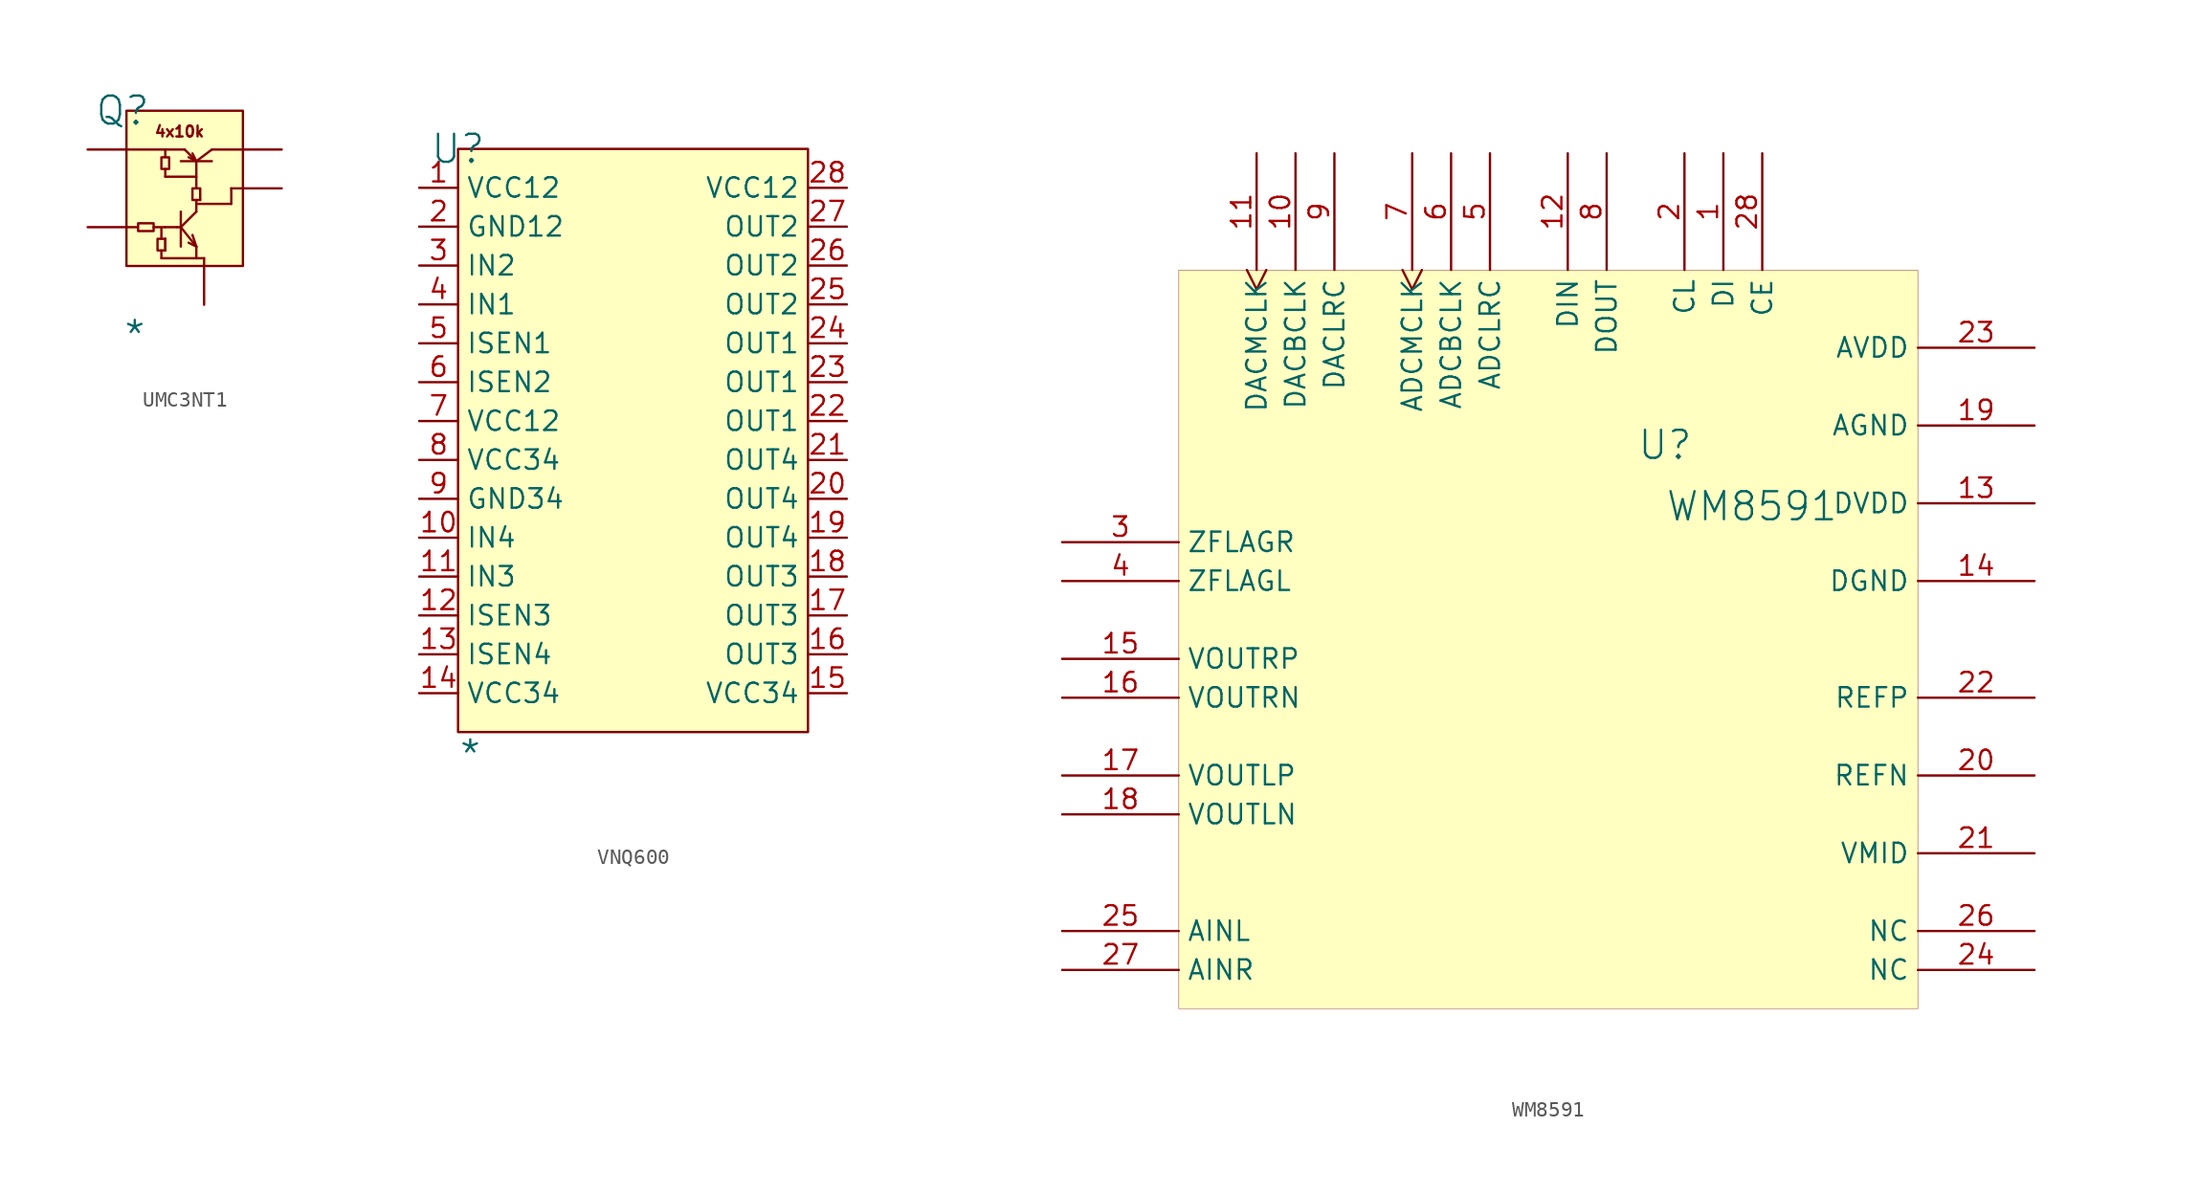
<source format=kicad_sym>
(kicad_symbol_lib
  (version 20241209)
  (generator "kicad_symbol_editor")
  (generator_version "9.0")
  (symbol "UMC3NT1"
    (pin_numbers
      (hide yes))
    (pin_names
      (hide yes))
    (property "Reference" "Q"
      (at -0.254 0 0)
      (effects (font (size 1.829 1.829))))
    (property "Value" "*"
      (at -0.254 -15.748 0)
      (effects (font (size 1.829 1.829)) (justify left bottom)))
    (symbol "UMC3NT1_1_0"
      (polyline (pts (xy 0 -2.54) (xy 0 -2.54) (xy 0 -2.54) (xy 2.54 -2.54) (xy 2.54 -3.048) (xy 2.286 -3.048) (xy 2.286 -3.81) (xy 2.794 -3.81) (xy 2.794 -3.048) (xy 2.54 -3.048)) (stroke (width 0) (type solid)) (fill (type none)))
      (polyline (pts (xy 0 -7.62) (xy 0.254 -7.62) (xy 0.254 -7.62) (xy 0.762 -7.62) (xy 0.762 -7.366) (xy 1.778 -7.366) (xy 1.778 -7.874) (xy 0.762 -7.874) (xy 0.762 -7.62)) (stroke (width 0) (type solid)) (fill (type none)))
      (polyline (pts (xy 1.778 -7.62) (xy 1.778 -7.62) (xy 1.778 -7.62) (xy 2.54 -7.62) (xy 2.286 -7.62) (xy 2.286 -8.382) (xy 2.032 -8.382) (xy 2.032 -9.144) (xy 2.54 -9.144) (xy 2.54 -8.382)) (stroke (width 0) (type solid)) (fill (type none)))
      (polyline (pts (xy 2.286 -8.382) (xy 2.54 -8.382)) (stroke (width 0) (type solid)) (fill (type none)))
      (polyline (pts (xy 2.286 -9.144) (xy 2.286 -9.652)) (stroke (width 0) (type solid)) (fill (type none)))
      (polyline (pts (xy 2.286 -9.652) (xy 4.572 -9.652)) (stroke (width 0) (type solid)) (fill (type none)))
      (polyline (pts (xy 2.54 -2.54) (xy 3.81 -2.54)) (stroke (width 0) (type solid)) (fill (type none)))
      (polyline (pts (xy 2.54 -3.81) (xy 2.54 -4.318)) (stroke (width 0) (type solid)) (fill (type none)))
      (polyline (pts (xy 2.54 -7.62) (xy 3.302 -7.62)) (stroke (width 0) (type solid)) (fill (type none)))
      (polyline (pts (xy 2.54 -8.382) (xy 2.54 -9.144)) (stroke (width 0) (type solid)) (fill (type none)))
      (polyline (pts (xy 3.556 -3.302) (xy 5.588 -3.302)) (stroke (width 0) (type solid)) (fill (type none)))
      (polyline (pts (xy 3.556 -6.604) (xy 3.556 -8.89)) (stroke (width 0) (type solid)) (fill (type none)))
      (polyline (pts (xy 3.556 -7.62) (xy 3.302 -7.62)) (stroke (width 0) (type solid)) (fill (type none)))
      (polyline (pts (xy 3.556 -7.62) (xy 4.572 -8.89)) (stroke (width 0) (type solid)) (fill (type none)))
      (polyline (pts (xy 3.81 -2.54) (xy 4.572 -3.302)) (stroke (width 0) (type solid)) (fill (type none)))
      (polyline (pts (xy 4.572 -3.302) (xy 4.064 -3.048)) (stroke (width 0) (type solid)) (fill (type none)))
      (polyline (pts (xy 4.572 -3.302) (xy 4.318 -2.794)) (stroke (width 0) (type solid)) (fill (type none)))
      (polyline (pts (xy 4.572 -3.302) (xy 5.588 -2.54)) (stroke (width 0) (type solid)) (fill (type none)))
      (polyline (pts (xy 4.572 -4.318) (xy 2.54 -4.318)) (stroke (width 0) (type solid)) (fill (type none)))
      (polyline (pts (xy 4.572 -5.08) (xy 4.572 -3.302)) (stroke (width 0) (type solid)) (fill (type none)))
      (polyline (pts (xy 4.572 -5.842) (xy 4.826 -5.842)) (stroke (width 0) (type solid)) (fill (type none)))
      (polyline (pts (xy 4.572 -6.096) (xy 6.858 -6.096)) (stroke (width 0) (type solid)) (fill (type none)))
      (polyline (pts (xy 4.572 -6.604) (xy 3.556 -7.62)) (stroke (width 0) (type solid)) (fill (type none)))
      (polyline (pts (xy 4.572 -6.604) (xy 4.572 -6.604) (xy 4.572 -6.35) (xy 4.572 -5.842) (xy 4.318 -5.842) (xy 4.318 -5.08) (xy 4.826 -5.08) (xy 4.826 -5.08) (xy 4.826 -5.842)) (stroke (width 0) (type solid)) (fill (type none)))
      (polyline (pts (xy 4.572 -8.89) (xy 4.064 -8.636)) (stroke (width 0) (type solid)) (fill (type none)))
      (polyline (pts (xy 4.572 -8.89) (xy 4.318 -8.128)) (stroke (width 0) (type solid)) (fill (type none)))
      (polyline (pts (xy 4.572 -8.89) (xy 4.572 -9.652)) (stroke (width 0) (type solid)) (fill (type none)))
      (polyline (pts (xy 4.572 -9.652) (xy 5.08 -9.652)) (stroke (width 0) (type solid)) (fill (type none)))
      (polyline (pts (xy 5.08 -10.16) (xy 5.08 -9.652)) (stroke (width 0) (type solid)) (fill (type none)))
      (polyline (pts (xy 5.588 -2.54) (xy 7.62 -2.54)) (stroke (width 0) (type solid)) (fill (type none)))
      (polyline (pts (xy 6.858 -5.08) (xy 7.62 -5.08)) (stroke (width 0) (type solid)) (fill (type none)))
      (polyline (pts (xy 6.858 -6.096) (xy 6.858 -5.08)) (stroke (width 0) (type solid)) (fill (type none)))
      (rectangle (start 7.62 0) (end 0 -10.16) (stroke (width 0) (type solid) (color 128 0 0 1)) (fill (type background)))
      (text "4x10k" (at 1.778 -1.778 0) (effects (font (size 0.711 0.711)) (justify left bottom)))
      (pin passive line (at -2.54 -2.54 0) (length 2.54) (name "3" (effects (font (size 1.27 1.27)))) (number "3" (effects (font (size 1.27 1.27)))))
      (pin passive line (at -2.54 -7.62 0) (length 2.54) (name "2" (effects (font (size 1.27 1.27)))) (number "2" (effects (font (size 1.27 1.27)))))
      (pin passive line (at 5.08 -12.7 90) (length 2.54) (name "1" (effects (font (size 1.27 1.27)))) (number "1" (effects (font (size 1.27 1.27)))))
      (pin passive line (at 10.16 -2.54 180) (length 2.54) (name "4" (effects (font (size 1.27 1.27)))) (number "4" (effects (font (size 1.27 1.27)))))
      (pin passive line (at 10.16 -5.08 180) (length 2.54) (name "5" (effects (font (size 1.27 1.27)))) (number "5" (effects (font (size 1.27 1.27)))))))
  (symbol "VNQ600"
    (property "Reference" "U"
      (at 0 0 0)
      (effects (font (size 1.829 1.829))))
    (property "Value" "*"
      (at 0 -40.64 0)
      (effects (font (size 1.829 1.829)) (justify left bottom)))
    (symbol "VNQ600_1_0"
      (rectangle (start 22.86 0) (end 0 -38.1) (stroke (width 0) (type solid) (color 128 0 0 1)) (fill (type background)))
      (pin passive line (at -2.54 -2.54 0) (length 2.54) (name "VCC12" (effects (font (size 1.27 1.27)))) (number "1" (effects (font (size 1.27 1.27)))))
      (pin passive line (at -2.54 -5.08 0) (length 2.54) (name "GND12" (effects (font (size 1.27 1.27)))) (number "2" (effects (font (size 1.27 1.27)))))
      (pin passive line (at -2.54 -7.62 0) (length 2.54) (name "IN2" (effects (font (size 1.27 1.27)))) (number "3" (effects (font (size 1.27 1.27)))))
      (pin passive line (at -2.54 -10.16 0) (length 2.54) (name "IN1" (effects (font (size 1.27 1.27)))) (number "4" (effects (font (size 1.27 1.27)))))
      (pin passive line (at -2.54 -12.7 0) (length 2.54) (name "ISEN1" (effects (font (size 1.27 1.27)))) (number "5" (effects (font (size 1.27 1.27)))))
      (pin passive line (at -2.54 -15.24 0) (length 2.54) (name "ISEN2" (effects (font (size 1.27 1.27)))) (number "6" (effects (font (size 1.27 1.27)))))
      (pin passive line (at -2.54 -17.78 0) (length 2.54) (name "VCC12" (effects (font (size 1.27 1.27)))) (number "7" (effects (font (size 1.27 1.27)))))
      (pin passive line (at -2.54 -20.32 0) (length 2.54) (name "VCC34" (effects (font (size 1.27 1.27)))) (number "8" (effects (font (size 1.27 1.27)))))
      (pin passive line (at -2.54 -22.86 0) (length 2.54) (name "GND34" (effects (font (size 1.27 1.27)))) (number "9" (effects (font (size 1.27 1.27)))))
      (pin passive line (at -2.54 -25.4 0) (length 2.54) (name "IN4" (effects (font (size 1.27 1.27)))) (number "10" (effects (font (size 1.27 1.27)))))
      (pin passive line (at -2.54 -27.94 0) (length 2.54) (name "IN3" (effects (font (size 1.27 1.27)))) (number "11" (effects (font (size 1.27 1.27)))))
      (pin passive line (at -2.54 -30.48 0) (length 2.54) (name "ISEN3" (effects (font (size 1.27 1.27)))) (number "12" (effects (font (size 1.27 1.27)))))
      (pin passive line (at -2.54 -33.02 0) (length 2.54) (name "ISEN4" (effects (font (size 1.27 1.27)))) (number "13" (effects (font (size 1.27 1.27)))))
      (pin passive line (at -2.54 -35.56 0) (length 2.54) (name "VCC34" (effects (font (size 1.27 1.27)))) (number "14" (effects (font (size 1.27 1.27)))))
      (pin passive line (at 25.4 -2.54 180) (length 2.54) (name "VCC12" (effects (font (size 1.27 1.27)))) (number "28" (effects (font (size 1.27 1.27)))))
      (pin passive line (at 25.4 -5.08 180) (length 2.54) (name "OUT2" (effects (font (size 1.27 1.27)))) (number "27" (effects (font (size 1.27 1.27)))))
      (pin passive line (at 25.4 -7.62 180) (length 2.54) (name "OUT2" (effects (font (size 1.27 1.27)))) (number "26" (effects (font (size 1.27 1.27)))))
      (pin passive line (at 25.4 -10.16 180) (length 2.54) (name "OUT2" (effects (font (size 1.27 1.27)))) (number "25" (effects (font (size 1.27 1.27)))))
      (pin passive line (at 25.4 -12.7 180) (length 2.54) (name "OUT1" (effects (font (size 1.27 1.27)))) (number "24" (effects (font (size 1.27 1.27)))))
      (pin passive line (at 25.4 -15.24 180) (length 2.54) (name "OUT1" (effects (font (size 1.27 1.27)))) (number "23" (effects (font (size 1.27 1.27)))))
      (pin passive line (at 25.4 -17.78 180) (length 2.54) (name "OUT1" (effects (font (size 1.27 1.27)))) (number "22" (effects (font (size 1.27 1.27)))))
      (pin passive line (at 25.4 -20.32 180) (length 2.54) (name "OUT4" (effects (font (size 1.27 1.27)))) (number "21" (effects (font (size 1.27 1.27)))))
      (pin passive line (at 25.4 -22.86 180) (length 2.54) (name "OUT4" (effects (font (size 1.27 1.27)))) (number "20" (effects (font (size 1.27 1.27)))))
      (pin passive line (at 25.4 -25.4 180) (length 2.54) (name "OUT4" (effects (font (size 1.27 1.27)))) (number "19" (effects (font (size 1.27 1.27)))))
      (pin passive line (at 25.4 -27.94 180) (length 2.54) (name "OUT3" (effects (font (size 1.27 1.27)))) (number "18" (effects (font (size 1.27 1.27)))))
      (pin passive line (at 25.4 -30.48 180) (length 2.54) (name "OUT3" (effects (font (size 1.27 1.27)))) (number "17" (effects (font (size 1.27 1.27)))))
      (pin passive line (at 25.4 -33.02 180) (length 2.54) (name "OUT3" (effects (font (size 1.27 1.27)))) (number "16" (effects (font (size 1.27 1.27)))))
      (pin passive line (at 25.4 -35.56 180) (length 2.54) (name "VCC34" (effects (font (size 1.27 1.27)))) (number "15" (effects (font (size 1.27 1.27)))))))
  (symbol "WM8591"
    (property "Reference" "U"
      (at -1.27 1.27 0)
      (effects (font (size 1.829 1.829))))
    (property "Value" "WM8591"
      (at -1.27 -3.81 0)
      (effects (font (size 1.829 1.829)) (justify left bottom)))
    (symbol "WM8591_1_0"
      (rectangle (start 15.24 12.7) (end -33.02 -35.56) (stroke (width 0.025) (type solid) (color 128 0 0 1)) (fill (type background)))
      (pin output line (at -40.64 -5.08 0) (length 7.62) (name "ZFLAGR" (effects (font (size 1.27 1.27)))) (number "3" (effects (font (size 1.27 1.27)))))
      (pin output line (at -40.64 -7.62 0) (length 7.62) (name "ZFLAGL" (effects (font (size 1.27 1.27)))) (number "4" (effects (font (size 1.27 1.27)))))
      (pin output line (at -40.64 -12.7 0) (length 7.62) (name "VOUTRP" (effects (font (size 1.27 1.27)))) (number "15" (effects (font (size 1.27 1.27)))))
      (pin output line (at -40.64 -15.24 0) (length 7.62) (name "VOUTRN" (effects (font (size 1.27 1.27)))) (number "16" (effects (font (size 1.27 1.27)))))
      (pin output line (at -40.64 -20.32 0) (length 7.62) (name "VOUTLP" (effects (font (size 1.27 1.27)))) (number "17" (effects (font (size 1.27 1.27)))))
      (pin output line (at -40.64 -22.86 0) (length 7.62) (name "VOUTLN" (effects (font (size 1.27 1.27)))) (number "18" (effects (font (size 1.27 1.27)))))
      (pin input line (at -40.64 -30.48 0) (length 7.62) (name "AINL" (effects (font (size 1.27 1.27)))) (number "25" (effects (font (size 1.27 1.27)))))
      (pin input line (at -40.64 -33.02 0) (length 7.62) (name "AINR" (effects (font (size 1.27 1.27)))) (number "27" (effects (font (size 1.27 1.27)))))
      (pin input clock (at -27.94 20.32 270) (length 7.62) (name "DACMCLK" (effects (font (size 1.27 1.27)))) (number "11" (effects (font (size 1.27 1.27)))))
      (pin bidirectional line (at -25.4 20.32 270) (length 7.62) (name "DACBCLK" (effects (font (size 1.27 1.27)))) (number "10" (effects (font (size 1.27 1.27)))))
      (pin bidirectional line (at -22.86 20.32 270) (length 7.62) (name "DACLRC" (effects (font (size 1.27 1.27)))) (number "9" (effects (font (size 1.27 1.27)))))
      (pin input clock (at -17.78 20.32 270) (length 7.62) (name "ADCMCLK" (effects (font (size 1.27 1.27)))) (number "7" (effects (font (size 1.27 1.27)))))
      (pin bidirectional line (at -15.24 20.32 270) (length 7.62) (name "ADCBCLK" (effects (font (size 1.27 1.27)))) (number "6" (effects (font (size 1.27 1.27)))))
      (pin bidirectional line (at -12.7 20.32 270) (length 7.62) (name "ADCLRC" (effects (font (size 1.27 1.27)))) (number "5" (effects (font (size 1.27 1.27)))))
      (pin input line (at -7.62 20.32 270) (length 7.62) (name "DIN" (effects (font (size 1.27 1.27)))) (number "12" (effects (font (size 1.27 1.27)))))
      (pin output line (at -5.08 20.32 270) (length 7.62) (name "DOUT" (effects (font (size 1.27 1.27)))) (number "8" (effects (font (size 1.27 1.27)))))
      (pin input line (at 0 20.32 270) (length 7.62) (name "CL" (effects (font (size 1.27 1.27)))) (number "2" (effects (font (size 1.27 1.27)))))
      (pin input line (at 2.54 20.32 270) (length 7.62) (name "DI" (effects (font (size 1.27 1.27)))) (number "1" (effects (font (size 1.27 1.27)))))
      (pin input line (at 5.08 20.32 270) (length 7.62) (name "CE" (effects (font (size 1.27 1.27)))) (number "28" (effects (font (size 1.27 1.27)))))
      (pin power_in line (at 22.86 7.62 180) (length 7.62) (name "AVDD" (effects (font (size 1.27 1.27)))) (number "23" (effects (font (size 1.27 1.27)))))
      (pin power_in line (at 22.86 2.54 180) (length 7.62) (name "AGND" (effects (font (size 1.27 1.27)))) (number "19" (effects (font (size 1.27 1.27)))))
      (pin power_in line (at 22.86 -2.54 180) (length 7.62) (name "DVDD" (effects (font (size 1.27 1.27)))) (number "13" (effects (font (size 1.27 1.27)))))
      (pin power_in line (at 22.86 -7.62 180) (length 7.62) (name "DGND" (effects (font (size 1.27 1.27)))) (number "14" (effects (font (size 1.27 1.27)))))
      (pin input line (at 22.86 -15.24 180) (length 7.62) (name "REFP" (effects (font (size 1.27 1.27)))) (number "22" (effects (font (size 1.27 1.27)))))
      (pin input line (at 22.86 -20.32 180) (length 7.62) (name "REFN" (effects (font (size 1.27 1.27)))) (number "20" (effects (font (size 1.27 1.27)))))
      (pin output line (at 22.86 -25.4 180) (length 7.62) (name "VMID" (effects (font (size 1.27 1.27)))) (number "21" (effects (font (size 1.27 1.27)))))
      (pin passive line (at 22.86 -30.48 180) (length 7.62) (name "NC" (effects (font (size 1.27 1.27)))) (number "26" (effects (font (size 1.27 1.27)))))
      (pin passive line (at 22.86 -33.02 180) (length 7.62) (name "NC" (effects (font (size 1.27 1.27)))) (number "24" (effects (font (size 1.27 1.27))))))))
</source>
